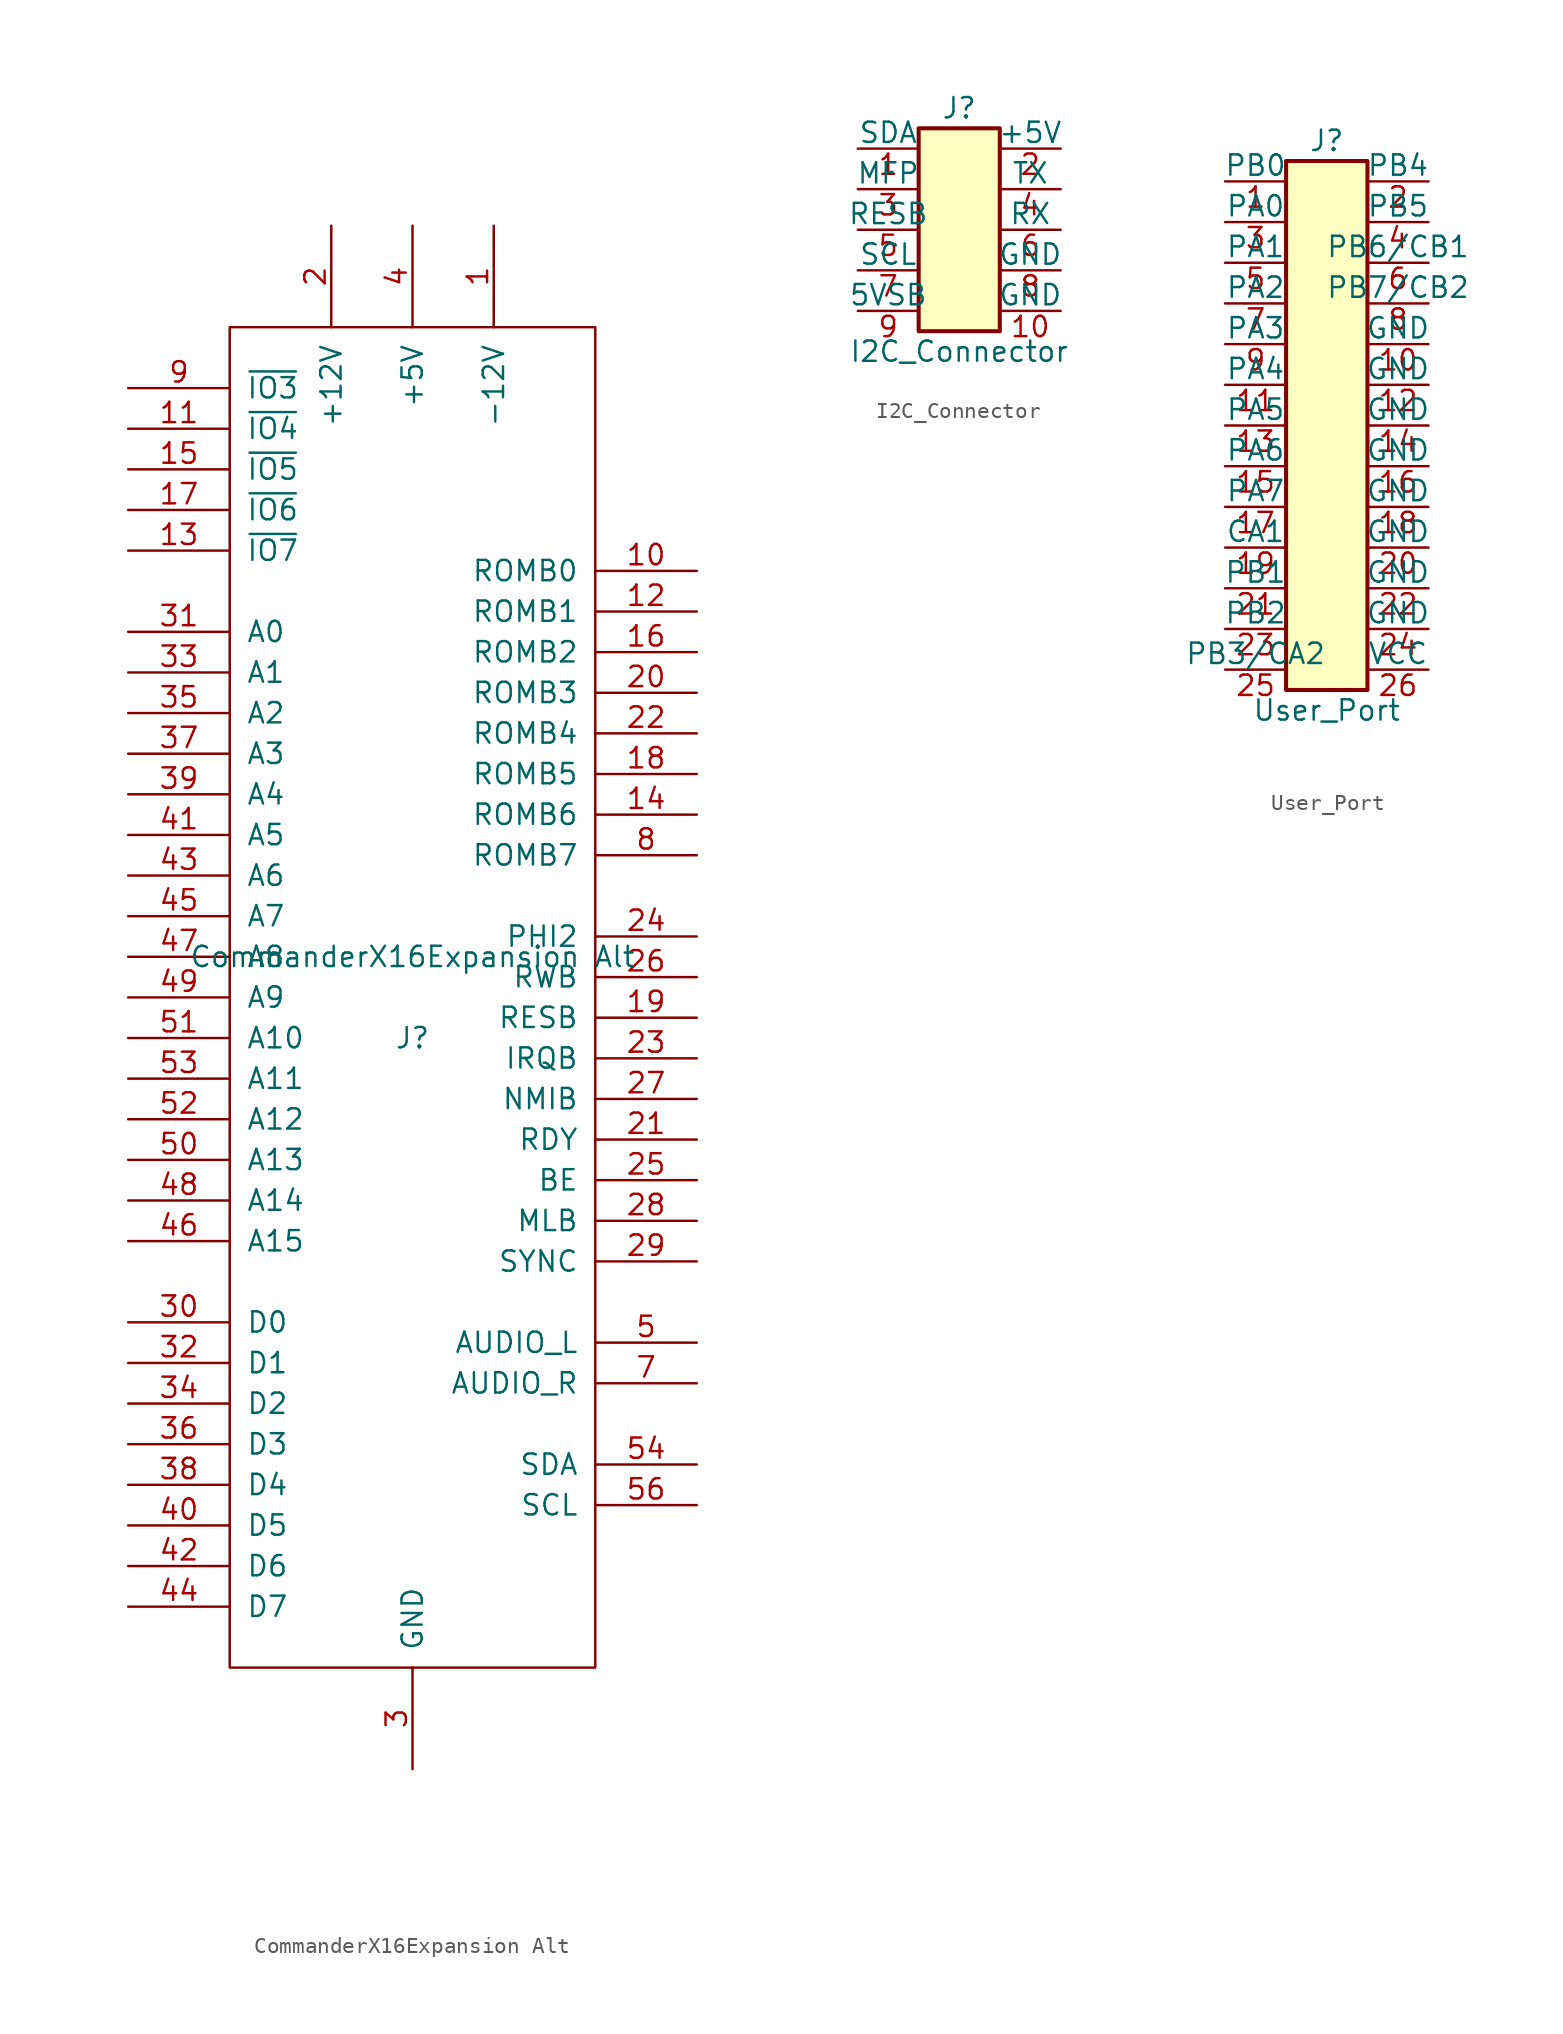
<source format=kicad_sym>
(kicad_symbol_lib
  (version 20231120)
  (generator "kicad_symbol_editor")
  (generator_version "8.0")
  (symbol "CommanderX16Expansion Alt"
    (pin_names
      (offset 1.016))
    (property "Reference" "J"
      (at 0 -2.54 0)
      (effects (font (size 1.27 1.27))))
    (property "Value" "CommanderX16Expansion Alt"
      (at 0 2.54 0)
      (effects (font (size 1.27 1.27))))
    (symbol "CommanderX16Expansion Alt_1_0"
      (rectangle (start -11.43 41.91) (end 11.43 -41.91) (stroke (width 0) (type solid)) (fill (type none))))
    (symbol "CommanderX16Expansion Alt_1_1"
      (pin power_out line (at 5.08 48.26 270) (length 6.35) (name "-12V" (effects (font (size 1.27 1.27)))) (number "1" (effects (font (size 1.27 1.27)))))
      (pin output line (at 17.78 26.67 180) (length 6.35) (name "ROMB0" (effects (font (size 1.27 1.27)))) (number "10" (effects (font (size 1.27 1.27)))))
      (pin output line (at -17.78 35.56 0) (length 6.35) (name "~{IO4}" (effects (font (size 1.27 1.27)))) (number "11" (effects (font (size 1.27 1.27)))))
      (pin output line (at 17.78 24.13 180) (length 6.35) (name "ROMB1" (effects (font (size 1.27 1.27)))) (number "12" (effects (font (size 1.27 1.27)))))
      (pin output line (at -17.78 27.94 0) (length 6.35) (name "~{IO7}" (effects (font (size 1.27 1.27)))) (number "13" (effects (font (size 1.27 1.27)))))
      (pin output line (at 17.78 11.43 180) (length 6.35) (name "ROMB6" (effects (font (size 1.27 1.27)))) (number "14" (effects (font (size 1.27 1.27)))))
      (pin output line (at -17.78 33.02 0) (length 6.35) (name "~{IO5}" (effects (font (size 1.27 1.27)))) (number "15" (effects (font (size 1.27 1.27)))))
      (pin output line (at 17.78 21.59 180) (length 6.35) (name "ROMB2" (effects (font (size 1.27 1.27)))) (number "16" (effects (font (size 1.27 1.27)))))
      (pin output line (at -17.78 30.48 0) (length 6.35) (name "~{IO6}" (effects (font (size 1.27 1.27)))) (number "17" (effects (font (size 1.27 1.27)))))
      (pin output line (at 17.78 13.97 180) (length 6.35) (name "ROMB5" (effects (font (size 1.27 1.27)))) (number "18" (effects (font (size 1.27 1.27)))))
      (pin bidirectional line (at 17.78 -1.27 180) (length 6.35) (name "RESB" (effects (font (size 1.27 1.27)))) (number "19" (effects (font (size 1.27 1.27)))))
      (pin power_out line (at -5.08 48.26 270) (length 6.35) (name "+12V" (effects (font (size 1.27 1.27)))) (number "2" (effects (font (size 1.27 1.27)))))
      (pin output line (at 17.78 19.05 180) (length 6.35) (name "ROMB3" (effects (font (size 1.27 1.27)))) (number "20" (effects (font (size 1.27 1.27)))))
      (pin bidirectional line (at 17.78 -8.89 180) (length 6.35) (name "RDY" (effects (font (size 1.27 1.27)))) (number "21" (effects (font (size 1.27 1.27)))))
      (pin output line (at 17.78 16.51 180) (length 6.35) (name "ROMB4" (effects (font (size 1.27 1.27)))) (number "22" (effects (font (size 1.27 1.27)))))
      (pin input line (at 17.78 -3.81 180) (length 6.35) (name "IRQB" (effects (font (size 1.27 1.27)))) (number "23" (effects (font (size 1.27 1.27)))))
      (pin output line (at 17.78 3.81 180) (length 6.35) (name "PHI2" (effects (font (size 1.27 1.27)))) (number "24" (effects (font (size 1.27 1.27)))))
      (pin input line (at 17.78 -11.43 180) (length 6.35) (name "BE" (effects (font (size 1.27 1.27)))) (number "25" (effects (font (size 1.27 1.27)))))
      (pin output line (at 17.78 1.27 180) (length 6.35) (name "RWB" (effects (font (size 1.27 1.27)))) (number "26" (effects (font (size 1.27 1.27)))))
      (pin input line (at 17.78 -6.35 180) (length 6.35) (name "NMIB" (effects (font (size 1.27 1.27)))) (number "27" (effects (font (size 1.27 1.27)))))
      (pin output line (at 17.78 -13.97 180) (length 6.35) (name "MLB" (effects (font (size 1.27 1.27)))) (number "28" (effects (font (size 1.27 1.27)))))
      (pin output line (at 17.78 -16.51 180) (length 6.35) (name "SYNC" (effects (font (size 1.27 1.27)))) (number "29" (effects (font (size 1.27 1.27)))))
      (pin power_out line (at 0 -48.26 90) (length 6.35) (name "GND" (effects (font (size 1.27 1.27)))) (number "3" (effects (font (size 1.27 1.27)))))
      (pin bidirectional line (at -17.78 -20.32 0) (length 6.35) (name "D0" (effects (font (size 1.27 1.27)))) (number "30" (effects (font (size 1.27 1.27)))))
      (pin output line (at -17.78 22.86 0) (length 6.35) (name "A0" (effects (font (size 1.27 1.27)))) (number "31" (effects (font (size 1.27 1.27)))))
      (pin bidirectional line (at -17.78 -22.86 0) (length 6.35) (name "D1" (effects (font (size 1.27 1.27)))) (number "32" (effects (font (size 1.27 1.27)))))
      (pin output line (at -17.78 20.32 0) (length 6.35) (name "A1" (effects (font (size 1.27 1.27)))) (number "33" (effects (font (size 1.27 1.27)))))
      (pin bidirectional line (at -17.78 -25.4 0) (length 6.35) (name "D2" (effects (font (size 1.27 1.27)))) (number "34" (effects (font (size 1.27 1.27)))))
      (pin output line (at -17.78 17.78 0) (length 6.35) (name "A2" (effects (font (size 1.27 1.27)))) (number "35" (effects (font (size 1.27 1.27)))))
      (pin bidirectional line (at -17.78 -27.94 0) (length 6.35) (name "D3" (effects (font (size 1.27 1.27)))) (number "36" (effects (font (size 1.27 1.27)))))
      (pin output line (at -17.78 15.24 0) (length 6.35) (name "A3" (effects (font (size 1.27 1.27)))) (number "37" (effects (font (size 1.27 1.27)))))
      (pin bidirectional line (at -17.78 -30.48 0) (length 6.35) (name "D4" (effects (font (size 1.27 1.27)))) (number "38" (effects (font (size 1.27 1.27)))))
      (pin output line (at -17.78 12.7 0) (length 6.35) (name "A4" (effects (font (size 1.27 1.27)))) (number "39" (effects (font (size 1.27 1.27)))))
      (pin power_out line (at 0 48.26 270) (length 6.35) (name "+5V" (effects (font (size 1.27 1.27)))) (number "4" (effects (font (size 1.27 1.27)))))
      (pin bidirectional line (at -17.78 -33.02 0) (length 6.35) (name "D5" (effects (font (size 1.27 1.27)))) (number "40" (effects (font (size 1.27 1.27)))))
      (pin output line (at -17.78 10.16 0) (length 6.35) (name "A5" (effects (font (size 1.27 1.27)))) (number "41" (effects (font (size 1.27 1.27)))))
      (pin bidirectional line (at -17.78 -35.56 0) (length 6.35) (name "D6" (effects (font (size 1.27 1.27)))) (number "42" (effects (font (size 1.27 1.27)))))
      (pin output line (at -17.78 7.62 0) (length 6.35) (name "A6" (effects (font (size 1.27 1.27)))) (number "43" (effects (font (size 1.27 1.27)))))
      (pin bidirectional line (at -17.78 -38.1 0) (length 6.35) (name "D7" (effects (font (size 1.27 1.27)))) (number "44" (effects (font (size 1.27 1.27)))))
      (pin output line (at -17.78 5.08 0) (length 6.35) (name "A7" (effects (font (size 1.27 1.27)))) (number "45" (effects (font (size 1.27 1.27)))))
      (pin output line (at -17.78 -15.24 0) (length 6.35) (name "A15" (effects (font (size 1.27 1.27)))) (number "46" (effects (font (size 1.27 1.27)))))
      (pin output line (at -17.78 2.54 0) (length 6.35) (name "A8" (effects (font (size 1.27 1.27)))) (number "47" (effects (font (size 1.27 1.27)))))
      (pin output line (at -17.78 -12.7 0) (length 6.35) (name "A14" (effects (font (size 1.27 1.27)))) (number "48" (effects (font (size 1.27 1.27)))))
      (pin output line (at -17.78 0 0) (length 6.35) (name "A9" (effects (font (size 1.27 1.27)))) (number "49" (effects (font (size 1.27 1.27)))))
      (pin bidirectional line (at 17.78 -21.59 180) (length 6.35) (name "AUDIO_L" (effects (font (size 1.27 1.27)))) (number "5" (effects (font (size 1.27 1.27)))))
      (pin output line (at -17.78 -10.16 0) (length 6.35) (name "A13" (effects (font (size 1.27 1.27)))) (number "50" (effects (font (size 1.27 1.27)))))
      (pin output line (at -17.78 -2.54 0) (length 6.35) (name "A10" (effects (font (size 1.27 1.27)))) (number "51" (effects (font (size 1.27 1.27)))))
      (pin output line (at -17.78 -7.62 0) (length 6.35) (name "A12" (effects (font (size 1.27 1.27)))) (number "52" (effects (font (size 1.27 1.27)))))
      (pin output line (at -17.78 -5.08 0) (length 6.35) (name "A11" (effects (font (size 1.27 1.27)))) (number "53" (effects (font (size 1.27 1.27)))))
      (pin bidirectional line (at 17.78 -29.21 180) (length 6.35) (name "SDA" (effects (font (size 1.27 1.27)))) (number "54" (effects (font (size 1.27 1.27)))))
      (pin power_out line (at 0 -48.26 90) (length 6.35) hide (name "GND" (effects (font (size 1.27 1.27)))) (number "55" (effects (font (size 1.27 1.27)))))
      (pin output line (at 17.78 -31.75 180) (length 6.35) (name "SCL" (effects (font (size 1.27 1.27)))) (number "56" (effects (font (size 1.27 1.27)))))
      (pin power_out line (at 0 48.26 270) (length 6.35) hide (name "+5V" (effects (font (size 1.27 1.27)))) (number "57" (effects (font (size 1.27 1.27)))))
      (pin power_out line (at 0 -48.26 90) (length 6.35) hide (name "GND" (effects (font (size 1.27 1.27)))) (number "58" (effects (font (size 1.27 1.27)))))
      (pin power_out line (at -5.08 48.26 270) (length 6.35) hide (name "+12V" (effects (font (size 1.27 1.27)))) (number "59" (effects (font (size 1.27 1.27)))))
      (pin power_out line (at 0 -48.26 90) (length 6.35) hide (name "GND" (effects (font (size 1.27 1.27)))) (number "6" (effects (font (size 1.27 1.27)))))
      (pin power_out line (at 5.08 48.26 270) (length 6.35) hide (name "-12V" (effects (font (size 1.27 1.27)))) (number "60" (effects (font (size 1.27 1.27)))))
      (pin bidirectional line (at 17.78 -24.13 180) (length 6.35) (name "AUDIO_R" (effects (font (size 1.27 1.27)))) (number "7" (effects (font (size 1.27 1.27)))))
      (pin output line (at 17.78 8.89 180) (length 6.35) (name "ROMB7" (effects (font (size 1.27 1.27)))) (number "8" (effects (font (size 1.27 1.27)))))
      (pin output line (at -17.78 38.1 0) (length 6.35) (name "~{IO3}" (effects (font (size 1.27 1.27)))) (number "9" (effects (font (size 1.27 1.27)))))))
  (symbol "I2C_Connector"
    (pin_names
      (offset 0))
    (property "Reference" "J"
      (at 1.27 7.62 0)
      (effects (font (size 1.27 1.27))))
    (property "Value" "I2C_Connector"
      (at 1.27 -7.62 0)
      (effects (font (size 1.27 1.27))))
    (symbol "I2C_Connector_1_1"
      (rectangle (start -1.27 6.35) (end 3.81 -6.35) (stroke (width 0.254) (type default)) (fill (type background)))
      (pin bidirectional line (at -5.08 5.08 0) (length 3.81) (name "SDA" (effects (font (size 1.27 1.27)))) (number "1" (effects (font (size 1.27 1.27)))))
      (pin power_out line (at 7.62 -5.08 180) (length 3.81) (name "GND" (effects (font (size 1.27 1.27)))) (number "10" (effects (font (size 1.27 1.27)))))
      (pin power_out line (at 7.62 5.08 180) (length 3.81) (name "+5V" (effects (font (size 1.27 1.27)))) (number "2" (effects (font (size 1.27 1.27)))))
      (pin output line (at -5.08 2.54 0) (length 3.81) (name "MFP" (effects (font (size 1.27 1.27)))) (number "3" (effects (font (size 1.27 1.27)))))
      (pin output line (at 7.62 2.54 180) (length 3.81) (name "TX" (effects (font (size 1.27 1.27)))) (number "4" (effects (font (size 1.27 1.27)))))
      (pin input line (at -5.08 0 0) (length 3.81) (name "RESB" (effects (font (size 1.27 1.27)))) (number "5" (effects (font (size 1.27 1.27)))))
      (pin input line (at 7.62 0 180) (length 3.81) (name "RX" (effects (font (size 1.27 1.27)))) (number "6" (effects (font (size 1.27 1.27)))))
      (pin output line (at -5.08 -2.54 0) (length 3.81) (name "SCL" (effects (font (size 1.27 1.27)))) (number "7" (effects (font (size 1.27 1.27)))))
      (pin power_out line (at 7.62 -2.54 180) (length 3.81) (name "GND" (effects (font (size 1.27 1.27)))) (number "8" (effects (font (size 1.27 1.27)))))
      (pin output line (at -5.08 -5.08 0) (length 3.81) (name "5VSB" (effects (font (size 1.27 1.27)))) (number "9" (effects (font (size 1.27 1.27)))))))
  (symbol "User_Port"
    (pin_names
      (offset 0))
    (property "Reference" "J"
      (at 1.27 17.78 0)
      (effects (font (size 1.27 1.27))))
    (property "Value" "User_Port"
      (at 1.27 -17.78 0)
      (effects (font (size 1.27 1.27))))
    (symbol "User_Port_1_1"
      (rectangle (start -1.27 16.51) (end 3.81 -16.51) (stroke (width 0.254) (type default)) (fill (type background)))
      (pin bidirectional line (at -5.08 15.24 0) (length 3.81) (name "PB0" (effects (font (size 1.27 1.27)))) (number "1" (effects (font (size 1.27 1.27)))))
      (pin power_out line (at 7.62 5.08 180) (length 3.81) (name "GND" (effects (font (size 1.27 1.27)))) (number "10" (effects (font (size 1.27 1.27)))))
      (pin bidirectional line (at -5.08 2.54 0) (length 3.81) (name "PA4" (effects (font (size 1.27 1.27)))) (number "11" (effects (font (size 1.27 1.27)))))
      (pin power_out line (at 7.62 2.54 180) (length 3.81) (name "GND" (effects (font (size 1.27 1.27)))) (number "12" (effects (font (size 1.27 1.27)))))
      (pin bidirectional line (at -5.08 0 0) (length 3.81) (name "PA5" (effects (font (size 1.27 1.27)))) (number "13" (effects (font (size 1.27 1.27)))))
      (pin power_out line (at 7.62 0 180) (length 3.81) (name "GND" (effects (font (size 1.27 1.27)))) (number "14" (effects (font (size 1.27 1.27)))))
      (pin bidirectional line (at -5.08 -2.54 0) (length 3.81) (name "PA6" (effects (font (size 1.27 1.27)))) (number "15" (effects (font (size 1.27 1.27)))))
      (pin power_out line (at 7.62 -2.54 180) (length 3.81) (name "GND" (effects (font (size 1.27 1.27)))) (number "16" (effects (font (size 1.27 1.27)))))
      (pin bidirectional line (at -5.08 -5.08 0) (length 3.81) (name "PA7" (effects (font (size 1.27 1.27)))) (number "17" (effects (font (size 1.27 1.27)))))
      (pin power_out line (at 7.62 -5.08 180) (length 3.81) (name "GND" (effects (font (size 1.27 1.27)))) (number "18" (effects (font (size 1.27 1.27)))))
      (pin bidirectional line (at -5.08 -7.62 0) (length 3.81) (name "CA1" (effects (font (size 1.27 1.27)))) (number "19" (effects (font (size 1.27 1.27)))))
      (pin bidirectional line (at 7.62 15.24 180) (length 3.81) (name "PB4" (effects (font (size 1.27 1.27)))) (number "2" (effects (font (size 1.27 1.27)))))
      (pin power_out line (at 7.62 -7.62 180) (length 3.81) (name "GND" (effects (font (size 1.27 1.27)))) (number "20" (effects (font (size 1.27 1.27)))))
      (pin bidirectional line (at -5.08 -10.16 0) (length 3.81) (name "PB1" (effects (font (size 1.27 1.27)))) (number "21" (effects (font (size 1.27 1.27)))))
      (pin power_out line (at 7.62 -10.16 180) (length 3.81) (name "GND" (effects (font (size 1.27 1.27)))) (number "22" (effects (font (size 1.27 1.27)))))
      (pin bidirectional line (at -5.08 -12.7 0) (length 3.81) (name "PB2" (effects (font (size 1.27 1.27)))) (number "23" (effects (font (size 1.27 1.27)))))
      (pin power_out line (at 7.62 -12.7 180) (length 3.81) (name "GND" (effects (font (size 1.27 1.27)))) (number "24" (effects (font (size 1.27 1.27)))))
      (pin bidirectional line (at -5.08 -15.24 0) (length 3.81) (name "PB3/CA2" (effects (font (size 1.27 1.27)))) (number "25" (effects (font (size 1.27 1.27)))))
      (pin output line (at 7.62 -15.24 180) (length 3.81) (name "VCC" (effects (font (size 1.27 1.27)))) (number "26" (effects (font (size 1.27 1.27)))))
      (pin bidirectional line (at -5.08 12.7 0) (length 3.81) (name "PA0" (effects (font (size 1.27 1.27)))) (number "3" (effects (font (size 1.27 1.27)))))
      (pin bidirectional line (at 7.62 12.7 180) (length 3.81) (name "PB5" (effects (font (size 1.27 1.27)))) (number "4" (effects (font (size 1.27 1.27)))))
      (pin bidirectional line (at -5.08 10.16 0) (length 3.81) (name "PA1" (effects (font (size 1.27 1.27)))) (number "5" (effects (font (size 1.27 1.27)))))
      (pin bidirectional line (at 7.62 10.16 180) (length 3.81) (name "PB6/CB1" (effects (font (size 1.27 1.27)))) (number "6" (effects (font (size 1.27 1.27)))))
      (pin bidirectional line (at -5.08 7.62 0) (length 3.81) (name "PA2" (effects (font (size 1.27 1.27)))) (number "7" (effects (font (size 1.27 1.27)))))
      (pin bidirectional line (at 7.62 7.62 180) (length 3.81) (name "PB7/CB2" (effects (font (size 1.27 1.27)))) (number "8" (effects (font (size 1.27 1.27)))))
      (pin bidirectional line (at -5.08 5.08 0) (length 3.81) (name "PA3" (effects (font (size 1.27 1.27)))) (number "9" (effects (font (size 1.27 1.27))))))))
</source>
